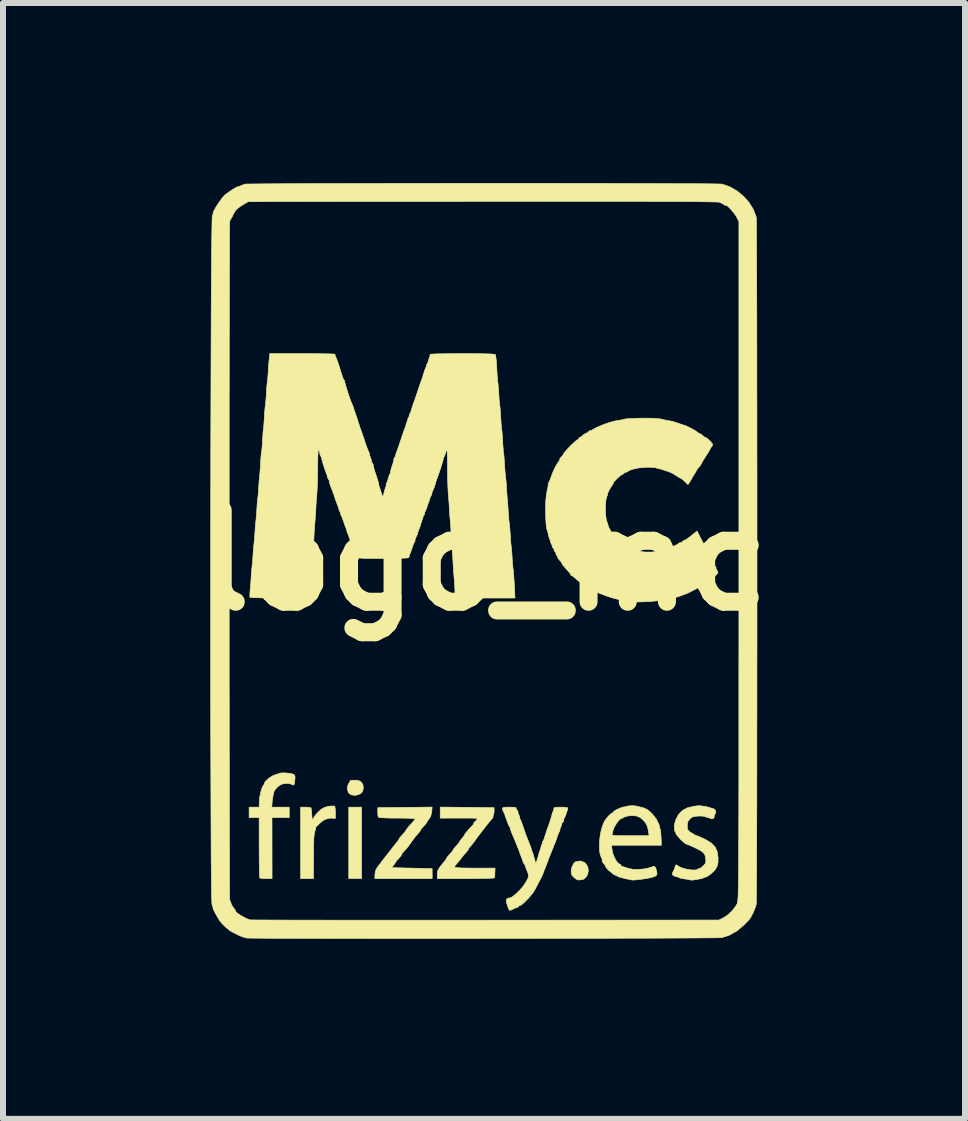
<source format=kicad_pcb>
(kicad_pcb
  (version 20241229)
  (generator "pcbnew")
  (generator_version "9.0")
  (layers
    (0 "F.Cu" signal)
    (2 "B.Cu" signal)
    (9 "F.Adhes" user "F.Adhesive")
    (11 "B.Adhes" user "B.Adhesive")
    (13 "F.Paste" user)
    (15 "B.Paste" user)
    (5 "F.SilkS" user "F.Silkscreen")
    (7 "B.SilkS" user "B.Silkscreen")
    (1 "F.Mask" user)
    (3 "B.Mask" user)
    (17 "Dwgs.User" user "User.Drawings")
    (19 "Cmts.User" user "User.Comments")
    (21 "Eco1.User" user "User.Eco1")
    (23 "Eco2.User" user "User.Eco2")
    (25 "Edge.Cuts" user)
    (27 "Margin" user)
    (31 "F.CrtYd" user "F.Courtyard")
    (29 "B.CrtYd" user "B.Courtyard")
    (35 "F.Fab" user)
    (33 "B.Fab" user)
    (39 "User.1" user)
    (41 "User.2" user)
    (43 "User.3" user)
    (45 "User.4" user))
  (footprint "logo_mc"
    (layer "F.Cu")
    (at 5.015 6.287)
    (property "Reference" "logo_mc" (at 0 0 0) (layer "F.SilkS") (effects (font (size 1.524 1.524) (thickness 0.3))))
    (attr through_hole)
    (fp_poly (pts (xy -2.04 5.302) (xy -2.254 5.302) (xy -2.254 4.112) (xy -2.04 4.112) (xy -2.04 5.302)) (stroke (width 0.01) (type solid)) (fill yes) (layer "F.SilkS"))
    (fp_poly (pts (xy -2.129 3.663) (xy -2.076 3.675) (xy -2.043 3.696) (xy -2.017 3.742) (xy -2.011 3.799) (xy -2.026 3.852) (xy -2.042 3.875) (xy -2.091 3.904) (xy -2.152 3.915) (xy -2.21 3.907) (xy -2.223 3.901) (xy -2.252 3.88) (xy -2.264 3.861) (xy -2.268 3.84) (xy -2.27 3.838) (xy -2.278 3.81) (xy -2.274 3.769) (xy -2.262 3.731) (xy -2.253 3.717) (xy -2.235 3.691) (xy -2.234 3.677) (xy -2.231 3.669) (xy -2.199 3.664) (xy -2.138 3.663) (xy -2.129 3.663)) (stroke (width 0.01) (type solid)) (fill yes) (layer "F.SilkS"))
    (fp_poly (pts (xy 1.623 5.013) (xy 1.628 5.018) (xy 1.646 5.027) (xy 1.65 5.025) (xy 1.668 5.03) (xy 1.695 5.053) (xy 1.699 5.057) (xy 1.729 5.11) (xy 1.738 5.174) (xy 1.725 5.237) (xy 1.699 5.278) (xy 1.672 5.304) (xy 1.654 5.315) (xy 1.653 5.316) (xy 1.635 5.317) (xy 1.589 5.326) (xy 1.556 5.322) (xy 1.528 5.306) (xy 1.494 5.279) (xy 1.491 5.276) (xy 1.464 5.245) (xy 1.453 5.209) (xy 1.453 5.165) (xy 1.463 5.116) (xy 1.484 5.069) (xy 1.509 5.033) (xy 1.535 5.019) (xy 1.538 5.019) (xy 1.556 5.017) (xy 1.594 5.009) (xy 1.623 5.013)) (stroke (width 0.01) (type solid)) (fill yes) (layer "F.SilkS"))
    (fp_poly (pts (xy -2.496 4.094) (xy -2.484 4.109) (xy -2.478 4.152) (xy -2.477 4.198) (xy -2.477 4.3) (xy -2.528 4.295) (xy -2.569 4.295) (xy -2.595 4.3) (xy -2.596 4.3) (xy -2.624 4.31) (xy -2.643 4.314) (xy -2.667 4.326) (xy -2.703 4.352) (xy -2.743 4.386) (xy -2.778 4.42) (xy -2.802 4.448) (xy -2.806 4.459) (xy -2.809 4.48) (xy -2.818 4.516) (xy -2.818 4.516) (xy -2.824 4.541) (xy -2.829 4.566) (xy -2.833 4.596) (xy -2.836 4.635) (xy -2.837 4.688) (xy -2.839 4.76) (xy -2.839 4.854) (xy -2.84 4.973) (xy -2.842 5.302) (xy -2.949 5.302) (xy -3.056 5.302) (xy -3.057 4.112) (xy -2.974 4.112) (xy -2.926 4.114) (xy -2.892 4.12) (xy -2.883 4.125) (xy -2.878 4.146) (xy -2.873 4.19) (xy -2.87 4.234) (xy -2.866 4.284) (xy -2.86 4.316) (xy -2.854 4.324) (xy -2.842 4.303) (xy -2.841 4.297) (xy -2.83 4.273) (xy -2.8 4.234) (xy -2.756 4.187) (xy -2.714 4.148) (xy -2.659 4.116) (xy -2.586 4.097) (xy -2.509 4.092) (xy -2.496 4.094)) (stroke (width 0.01) (type solid)) (fill yes) (layer "F.SilkS"))
    (fp_poly (pts (xy -3.28 3.544) (xy -3.225 3.551) (xy -3.184 3.561) (xy -3.18 3.563) (xy -3.159 3.577) (xy -3.15 3.598) (xy -3.15 3.637) (xy -3.152 3.658) (xy -3.159 3.712) (xy -3.167 3.739) (xy -3.178 3.745) (xy -3.194 3.736) (xy -3.235 3.721) (xy -3.293 3.717) (xy -3.354 3.725) (xy -3.373 3.731) (xy -3.411 3.751) (xy -3.451 3.786) (xy -3.485 3.824) (xy -3.501 3.856) (xy -3.501 3.858) (xy -3.505 3.877) (xy -3.514 3.914) (xy -3.515 3.919) (xy -3.524 3.97) (xy -3.531 4.03) (xy -3.532 4.042) (xy -3.536 4.112) (xy -3.246 4.112) (xy -3.246 4.286) (xy -3.533 4.286) (xy -3.532 5.302) (xy -3.629 5.302) (xy -3.681 5.301) (xy -3.721 5.296) (xy -3.736 5.292) (xy -3.739 5.274) (xy -3.741 5.228) (xy -3.743 5.158) (xy -3.745 5.069) (xy -3.746 4.963) (xy -3.746 4.845) (xy -3.747 4.784) (xy -3.747 4.286) (xy -3.914 4.286) (xy -3.914 4.112) (xy -3.747 4.112) (xy -3.745 4.044) (xy -3.743 3.996) (xy -3.74 3.959) (xy -3.739 3.953) (xy -3.732 3.92) (xy -3.725 3.885) (xy -3.708 3.814) (xy -3.687 3.765) (xy -3.671 3.743) (xy -3.657 3.721) (xy -3.66 3.715) (xy -3.658 3.705) (xy -3.639 3.68) (xy -3.626 3.666) (xy -3.575 3.623) (xy -3.517 3.587) (xy -3.463 3.567) (xy -3.458 3.566) (xy -3.425 3.555) (xy -3.417 3.55) (xy -3.387 3.543) (xy -3.338 3.541) (xy -3.28 3.544)) (stroke (width 0.01) (type solid)) (fill yes) (layer "F.SilkS"))
    (fp_poly (pts (xy -0.871 4.187) (xy -0.889 4.266) (xy -0.915 4.307) (xy -0.94 4.339) (xy -0.952 4.361) (xy -0.953 4.363) (xy -0.963 4.38) (xy -0.989 4.411) (xy -1.009 4.433) (xy -1.039 4.466) (xy -1.055 4.488) (xy -1.056 4.493) (xy -1.06 4.503) (xy -1.08 4.529) (xy -1.094 4.544) (xy -1.153 4.615) (xy -1.222 4.708) (xy -1.248 4.747) (xy -1.276 4.782) (xy -1.314 4.826) (xy -1.332 4.846) (xy -1.361 4.879) (xy -1.376 4.901) (xy -1.375 4.905) (xy -1.378 4.916) (xy -1.399 4.942) (xy -1.42 4.965) (xy -1.452 5) (xy -1.472 5.026) (xy -1.476 5.034) (xy -1.486 5.051) (xy -1.508 5.08) (xy -1.509 5.082) (xy -1.543 5.12) (xy -1.204 5.128) (xy -0.865 5.136) (xy -0.864 5.219) (xy -0.864 5.302) (xy -1.819 5.302) (xy -1.818 5.233) (xy -1.805 5.162) (xy -1.778 5.115) (xy -1.743 5.07) (xy -1.704 5.018) (xy -1.691 5.001) (xy -1.656 4.955) (xy -1.624 4.914) (xy -1.614 4.902) (xy -1.583 4.863) (xy -1.55 4.821) (xy -1.519 4.78) (xy -1.48 4.732) (xy -1.464 4.712) (xy -1.435 4.674) (xy -1.416 4.646) (xy -1.413 4.638) (xy -1.403 4.621) (xy -1.377 4.591) (xy -1.36 4.572) (xy -1.328 4.536) (xy -1.307 4.508) (xy -1.303 4.501) (xy -1.291 4.482) (xy -1.264 4.447) (xy -1.226 4.405) (xy -1.225 4.404) (xy -1.188 4.362) (xy -1.16 4.327) (xy -1.148 4.309) (xy -1.148 4.308) (xy -1.162 4.303) (xy -1.205 4.299) (xy -1.273 4.296) (xy -1.362 4.295) (xy -1.447 4.294) (xy -1.559 4.294) (xy -1.649 4.291) (xy -1.714 4.287) (xy -1.752 4.282) (xy -1.76 4.279) (xy -1.767 4.254) (xy -1.771 4.211) (xy -1.771 4.191) (xy -1.77 4.12) (xy -0.865 4.111) (xy -0.871 4.187)) (stroke (width 0.01) (type solid)) (fill yes) (layer "F.SilkS"))
    (fp_poly (pts (xy -0.282 4.115) (xy 0.167 4.12) (xy 0.168 4.175) (xy 0.164 4.218) (xy 0.155 4.249) (xy 0.154 4.251) (xy 0.147 4.268) (xy 0.152 4.27) (xy 0.151 4.28) (xy 0.133 4.306) (xy 0.125 4.314) (xy 0.09 4.355) (xy 0.05 4.404) (xy 0.039 4.418) (xy -0.001 4.47) (xy -0.045 4.526) (xy -0.059 4.545) (xy -0.099 4.597) (xy -0.137 4.649) (xy -0.149 4.667) (xy -0.186 4.716) (xy -0.224 4.761) (xy -0.229 4.766) (xy -0.253 4.794) (xy -0.261 4.809) (xy -0.259 4.81) (xy -0.262 4.82) (xy -0.282 4.846) (xy -0.295 4.862) (xy -0.338 4.91) (xy -0.379 4.962) (xy -0.384 4.969) (xy -0.419 5.013) (xy -0.453 5.053) (xy -0.459 5.059) (xy -0.483 5.089) (xy -0.492 5.111) (xy -0.476 5.117) (xy -0.429 5.122) (xy -0.351 5.126) (xy -0.241 5.127) (xy -0.154 5.128) (xy 0.184 5.128) (xy 0.181 5.203) (xy 0.179 5.25) (xy 0.177 5.283) (xy 0.176 5.29) (xy 0.161 5.293) (xy 0.117 5.296) (xy 0.05 5.298) (xy -0.038 5.3) (xy -0.142 5.302) (xy -0.257 5.302) (xy -0.302 5.302) (xy -0.778 5.302) (xy -0.778 5.234) (xy -0.777 5.201) (xy -0.771 5.172) (xy -0.757 5.143) (xy -0.731 5.105) (xy -0.689 5.052) (xy -0.671 5.03) (xy -0.641 4.992) (xy -0.623 4.964) (xy -0.619 4.955) (xy -0.609 4.939) (xy -0.583 4.908) (xy -0.562 4.886) (xy -0.533 4.852) (xy -0.517 4.831) (xy -0.516 4.826) (xy -0.512 4.816) (xy -0.491 4.79) (xy -0.469 4.766) (xy -0.437 4.731) (xy -0.417 4.704) (xy -0.413 4.696) (xy -0.403 4.678) (xy -0.379 4.646) (xy -0.363 4.628) (xy -0.337 4.596) (xy -0.324 4.575) (xy -0.324 4.572) (xy -0.32 4.561) (xy -0.298 4.533) (xy -0.263 4.493) (xy -0.219 4.445) (xy -0.194 4.419) (xy -0.173 4.394) (xy -0.169 4.382) (xy -0.17 4.381) (xy -0.172 4.374) (xy -0.167 4.369) (xy -0.145 4.349) (xy -0.124 4.326) (xy -0.115 4.315) (xy -0.114 4.307) (xy -0.122 4.301) (xy -0.144 4.297) (xy -0.185 4.295) (xy -0.246 4.294) (xy -0.333 4.294) (xy -0.414 4.294) (xy -0.73 4.295) (xy -0.73 4.111) (xy -0.282 4.115)) (stroke (width 0.01) (type solid)) (fill yes) (layer "F.SilkS"))
    (fp_poly (pts (xy 3.588 4.088) (xy 3.651 4.095) (xy 3.712 4.106) (xy 3.762 4.119) (xy 3.79 4.131) (xy 3.807 4.139) (xy 3.81 4.135) (xy 3.82 4.135) (xy 3.841 4.151) (xy 3.861 4.174) (xy 3.861 4.197) (xy 3.85 4.223) (xy 3.836 4.255) (xy 3.835 4.274) (xy 3.835 4.274) (xy 3.831 4.289) (xy 3.821 4.299) (xy 3.795 4.308) (xy 3.758 4.294) (xy 3.728 4.282) (xy 3.715 4.281) (xy 3.715 4.281) (xy 3.705 4.281) (xy 3.695 4.274) (xy 3.669 4.265) (xy 3.623 4.26) (xy 3.577 4.26) (xy 3.518 4.264) (xy 3.479 4.273) (xy 3.447 4.293) (xy 3.432 4.307) (xy 3.401 4.344) (xy 3.388 4.384) (xy 3.386 4.423) (xy 3.388 4.468) (xy 3.4 4.497) (xy 3.429 4.523) (xy 3.451 4.537) (xy 3.491 4.562) (xy 3.518 4.578) (xy 3.524 4.582) (xy 3.544 4.588) (xy 3.566 4.595) (xy 3.597 4.608) (xy 3.646 4.63) (xy 3.701 4.657) (xy 3.79 4.712) (xy 3.85 4.776) (xy 3.886 4.855) (xy 3.9 4.953) (xy 3.9 4.957) (xy 3.898 5.038) (xy 3.882 5.101) (xy 3.849 5.156) (xy 3.799 5.209) (xy 3.721 5.266) (xy 3.624 5.302) (xy 3.567 5.313) (xy 3.519 5.32) (xy 3.482 5.326) (xy 3.452 5.328) (xy 3.442 5.327) (xy 3.425 5.321) (xy 3.387 5.314) (xy 3.373 5.312) (xy 3.313 5.303) (xy 3.276 5.296) (xy 3.256 5.29) (xy 3.245 5.283) (xy 3.244 5.282) (xy 3.22 5.272) (xy 3.207 5.271) (xy 3.173 5.261) (xy 3.154 5.251) (xy 3.137 5.233) (xy 3.139 5.212) (xy 3.151 5.187) (xy 3.167 5.155) (xy 3.175 5.139) (xy 3.175 5.139) (xy 3.179 5.123) (xy 3.185 5.099) (xy 3.195 5.074) (xy 3.211 5.077) (xy 3.221 5.085) (xy 3.261 5.109) (xy 3.318 5.13) (xy 3.383 5.147) (xy 3.448 5.157) (xy 3.506 5.16) (xy 3.548 5.154) (xy 3.564 5.143) (xy 3.582 5.133) (xy 3.586 5.135) (xy 3.604 5.129) (xy 3.634 5.107) (xy 3.65 5.092) (xy 3.683 5.056) (xy 3.696 5.025) (xy 3.695 4.982) (xy 3.694 4.973) (xy 3.688 4.931) (xy 3.675 4.898) (xy 3.652 4.869) (xy 3.615 4.84) (xy 3.559 4.809) (xy 3.48 4.772) (xy 3.421 4.746) (xy 3.385 4.731) (xy 3.362 4.724) (xy 3.362 4.724) (xy 3.346 4.713) (xy 3.314 4.686) (xy 3.273 4.648) (xy 3.272 4.646) (xy 3.209 4.573) (xy 3.175 4.501) (xy 3.169 4.424) (xy 3.19 4.336) (xy 3.193 4.327) (xy 3.24 4.236) (xy 3.306 4.167) (xy 3.386 4.124) (xy 3.405 4.119) (xy 3.5 4.097) (xy 3.567 4.088) (xy 3.588 4.088)) (stroke (width 0.01) (type solid)) (fill yes) (layer "F.SilkS"))
    (fp_poly (pts (xy 2.495 4.089) (xy 2.531 4.092) (xy 2.544 4.095) (xy 2.561 4.1) (xy 2.588 4.106) (xy 2.663 4.125) (xy 2.721 4.153) (xy 2.773 4.195) (xy 2.803 4.225) (xy 2.871 4.311) (xy 2.916 4.404) (xy 2.942 4.511) (xy 2.951 4.624) (xy 2.955 4.747) (xy 2.124 4.747) (xy 2.133 4.82) (xy 2.147 4.885) (xy 2.172 4.949) (xy 2.202 5.005) (xy 2.235 5.046) (xy 2.266 5.064) (xy 2.27 5.064) (xy 2.281 5.073) (xy 2.279 5.078) (xy 2.285 5.093) (xy 2.302 5.101) (xy 2.332 5.108) (xy 2.342 5.111) (xy 2.36 5.117) (xy 2.397 5.129) (xy 2.409 5.133) (xy 2.483 5.148) (xy 2.574 5.15) (xy 2.67 5.141) (xy 2.76 5.121) (xy 2.786 5.112) (xy 2.821 5.1) (xy 2.844 5.102) (xy 2.859 5.121) (xy 2.872 5.162) (xy 2.883 5.218) (xy 2.877 5.242) (xy 2.85 5.264) (xy 2.798 5.282) (xy 2.721 5.299) (xy 2.615 5.314) (xy 2.505 5.326) (xy 2.471 5.327) (xy 2.456 5.324) (xy 2.439 5.319) (xy 2.401 5.312) (xy 2.388 5.31) (xy 2.265 5.281) (xy 2.164 5.235) (xy 2.079 5.167) (xy 2.072 5.161) (xy 2.041 5.126) (xy 2.023 5.102) (xy 2.021 5.096) (xy 2.021 5.086) (xy 2.002 5.062) (xy 2.001 5.061) (xy 1.977 5.03) (xy 1.968 5.006) (xy 1.968 4.981) (xy 1.962 4.961) (xy 1.946 4.929) (xy 1.93 4.876) (xy 1.923 4.801) (xy 1.923 4.712) (xy 1.931 4.618) (xy 1.939 4.568) (xy 2.133 4.568) (xy 2.137 4.576) (xy 2.152 4.581) (xy 2.18 4.585) (xy 2.227 4.587) (xy 2.296 4.588) (xy 2.391 4.588) (xy 2.438 4.588) (xy 2.751 4.588) (xy 2.741 4.528) (xy 2.731 4.471) (xy 2.721 4.433) (xy 2.707 4.401) (xy 2.69 4.371) (xy 2.65 4.324) (xy 2.597 4.283) (xy 2.543 4.259) (xy 2.54 4.259) (xy 2.475 4.253) (xy 2.408 4.257) (xy 2.352 4.27) (xy 2.339 4.277) (xy 2.299 4.297) (xy 2.27 4.311) (xy 2.247 4.331) (xy 2.216 4.37) (xy 2.186 4.417) (xy 2.161 4.463) (xy 2.151 4.493) (xy 2.141 4.537) (xy 2.135 4.557) (xy 2.133 4.568) (xy 1.939 4.568) (xy 1.946 4.526) (xy 1.967 4.445) (xy 1.979 4.413) (xy 1.989 4.388) (xy 1.991 4.381) (xy 2.006 4.349) (xy 2.035 4.307) (xy 2.07 4.264) (xy 2.106 4.229) (xy 2.133 4.209) (xy 2.141 4.207) (xy 2.156 4.202) (xy 2.154 4.197) (xy 2.16 4.184) (xy 2.187 4.166) (xy 2.228 4.145) (xy 2.273 4.125) (xy 2.314 4.112) (xy 2.33 4.109) (xy 2.368 4.103) (xy 2.389 4.095) (xy 2.411 4.091) (xy 2.451 4.089) (xy 2.495 4.089)) (stroke (width 0.01) (type solid)) (fill yes) (layer "F.SilkS"))
    (fp_poly (pts (xy 1.334 4.113) (xy 1.377 4.118) (xy 1.396 4.125) (xy 1.397 4.126) (xy 1.392 4.151) (xy 1.38 4.186) (xy 1.368 4.219) (xy 1.364 4.235) (xy 1.364 4.235) (xy 1.359 4.25) (xy 1.344 4.282) (xy 1.341 4.286) (xy 1.328 4.318) (xy 1.327 4.334) (xy 1.328 4.334) (xy 1.327 4.344) (xy 1.31 4.366) (xy 1.292 4.389) (xy 1.292 4.397) (xy 1.293 4.41) (xy 1.281 4.439) (xy 1.278 4.445) (xy 1.264 4.477) (xy 1.263 4.492) (xy 1.264 4.493) (xy 1.265 4.502) (xy 1.258 4.512) (xy 1.245 4.538) (xy 1.227 4.582) (xy 1.214 4.62) (xy 1.198 4.67) (xy 1.183 4.708) (xy 1.177 4.723) (xy 1.166 4.744) (xy 1.166 4.747) (xy 1.159 4.766) (xy 1.145 4.803) (xy 1.127 4.847) (xy 1.116 4.874) (xy 1.106 4.899) (xy 1.103 4.905) (xy 1.096 4.924) (xy 1.082 4.958) (xy 1.069 4.991) (xy 1.064 5.009) (xy 1.064 5.009) (xy 1.058 5.026) (xy 1.045 5.059) (xy 1.045 5.059) (xy 1.031 5.093) (xy 1.024 5.112) (xy 1.017 5.131) (xy 1.003 5.165) (xy 1.002 5.167) (xy 0.989 5.2) (xy 0.984 5.215) (xy 0.984 5.215) (xy 0.98 5.228) (xy 0.964 5.262) (xy 0.94 5.31) (xy 0.911 5.366) (xy 0.881 5.424) (xy 0.854 5.475) (xy 0.832 5.514) (xy 0.822 5.529) (xy 0.789 5.572) (xy 0.747 5.621) (xy 0.702 5.668) (xy 0.66 5.709) (xy 0.627 5.737) (xy 0.61 5.747) (xy 0.585 5.758) (xy 0.571 5.771) (xy 0.552 5.788) (xy 0.544 5.788) (xy 0.527 5.79) (xy 0.494 5.805) (xy 0.483 5.811) (xy 0.445 5.829) (xy 0.423 5.828) (xy 0.418 5.822) (xy 0.405 5.796) (xy 0.403 5.79) (xy 0.397 5.771) (xy 0.39 5.749) (xy 0.389 5.747) (xy 0.382 5.728) (xy 0.382 5.727) (xy 0.377 5.71) (xy 0.371 5.681) (xy 0.377 5.644) (xy 0.407 5.626) (xy 0.429 5.625) (xy 0.456 5.615) (xy 0.497 5.586) (xy 0.545 5.544) (xy 0.595 5.496) (xy 0.639 5.446) (xy 0.663 5.413) (xy 0.707 5.346) (xy 0.732 5.295) (xy 0.741 5.255) (xy 0.735 5.217) (xy 0.722 5.186) (xy 0.704 5.143) (xy 0.693 5.111) (xy 0.693 5.107) (xy 0.68 5.074) (xy 0.671 5.062) (xy 0.654 5.035) (xy 0.65 5.024) (xy 0.642 4.995) (xy 0.626 4.952) (xy 0.609 4.909) (xy 0.608 4.905) (xy 0.598 4.88) (xy 0.596 4.874) (xy 0.588 4.851) (xy 0.572 4.807) (xy 0.55 4.753) (xy 0.528 4.697) (xy 0.507 4.648) (xy 0.498 4.628) (xy 0.481 4.587) (xy 0.47 4.56) (xy 0.468 4.556) (xy 0.46 4.536) (xy 0.454 4.522) (xy 0.442 4.487) (xy 0.439 4.474) (xy 0.428 4.442) (xy 0.42 4.429) (xy 0.407 4.405) (xy 0.404 4.397) (xy 0.397 4.379) (xy 0.384 4.344) (xy 0.383 4.342) (xy 0.361 4.284) (xy 0.35 4.252) (xy 0.349 4.242) (xy 0.343 4.227) (xy 0.328 4.195) (xy 0.326 4.192) (xy 0.308 4.154) (xy 0.306 4.13) (xy 0.324 4.117) (xy 0.365 4.112) (xy 0.423 4.112) (xy 0.479 4.113) (xy 0.519 4.116) (xy 0.535 4.121) (xy 0.534 4.122) (xy 0.536 4.14) (xy 0.55 4.162) (xy 0.566 4.184) (xy 0.566 4.191) (xy 0.565 4.203) (xy 0.577 4.233) (xy 0.579 4.239) (xy 0.593 4.27) (xy 0.595 4.286) (xy 0.594 4.286) (xy 0.593 4.296) (xy 0.599 4.306) (xy 0.611 4.329) (xy 0.629 4.375) (xy 0.65 4.434) (xy 0.659 4.461) (xy 0.68 4.523) (xy 0.697 4.574) (xy 0.71 4.606) (xy 0.712 4.612) (xy 0.723 4.633) (xy 0.723 4.636) (xy 0.73 4.655) (xy 0.745 4.694) (xy 0.765 4.743) (xy 0.773 4.763) (xy 0.784 4.797) (xy 0.787 4.807) (xy 0.797 4.84) (xy 0.803 4.855) (xy 0.814 4.882) (xy 0.817 4.889) (xy 0.822 4.908) (xy 0.832 4.947) (xy 0.841 4.976) (xy 0.863 5.054) (xy 0.884 4.992) (xy 0.9 4.943) (xy 0.911 4.901) (xy 0.912 4.895) (xy 0.921 4.859) (xy 0.929 4.842) (xy 0.939 4.815) (xy 0.947 4.783) (xy 0.958 4.743) (xy 0.971 4.719) (xy 0.98 4.702) (xy 0.976 4.699) (xy 0.974 4.689) (xy 0.982 4.678) (xy 1 4.644) (xy 1.005 4.626) (xy 1.017 4.586) (xy 1.023 4.569) (xy 1.035 4.534) (xy 1.039 4.522) (xy 1.049 4.488) (xy 1.053 4.477) (xy 1.067 4.442) (xy 1.084 4.394) (xy 1.102 4.339) (xy 1.118 4.288) (xy 1.13 4.247) (xy 1.135 4.224) (xy 1.135 4.223) (xy 1.137 4.211) (xy 1.151 4.181) (xy 1.151 4.18) (xy 1.164 4.146) (xy 1.165 4.125) (xy 1.176 4.118) (xy 1.211 4.114) (xy 1.264 4.112) (xy 1.277 4.112) (xy 1.334 4.113)) (stroke (width 0.01) (type solid)) (fill yes) (layer "F.SilkS"))
    (fp_poly (pts (xy 2.864 -2.365) (xy 2.939 -2.357) (xy 2.977 -2.349) (xy 3.013 -2.339) (xy 3.062 -2.33) (xy 3.072 -2.329) (xy 3.124 -2.319) (xy 3.17 -2.307) (xy 3.175 -2.305) (xy 3.207 -2.293) (xy 3.223 -2.289) (xy 3.242 -2.283) (xy 3.275 -2.271) (xy 3.31 -2.259) (xy 3.329 -2.254) (xy 3.352 -2.247) (xy 3.394 -2.228) (xy 3.444 -2.203) (xy 3.494 -2.176) (xy 3.534 -2.152) (xy 3.556 -2.135) (xy 3.556 -2.135) (xy 3.582 -2.115) (xy 3.595 -2.111) (xy 3.62 -2.101) (xy 3.643 -2.08) (xy 3.671 -2.056) (xy 3.69 -2.048) (xy 3.712 -2.037) (xy 3.744 -2.01) (xy 3.777 -1.976) (xy 3.802 -1.945) (xy 3.81 -1.927) (xy 3.8 -1.903) (xy 3.79 -1.892) (xy 3.773 -1.869) (xy 3.77 -1.861) (xy 3.761 -1.842) (xy 3.741 -1.806) (xy 3.722 -1.778) (xy 3.681 -1.714) (xy 3.653 -1.669) (xy 3.634 -1.636) (xy 3.622 -1.611) (xy 3.599 -1.575) (xy 3.576 -1.548) (xy 3.552 -1.519) (xy 3.541 -1.5) (xy 3.53 -1.478) (xy 3.507 -1.441) (xy 3.495 -1.421) (xy 3.471 -1.382) (xy 3.456 -1.355) (xy 3.453 -1.349) (xy 3.445 -1.332) (xy 3.425 -1.302) (xy 3.398 -1.263) (xy 3.345 -1.314) (xy 3.312 -1.345) (xy 3.288 -1.363) (xy 3.282 -1.365) (xy 3.264 -1.373) (xy 3.23 -1.394) (xy 3.211 -1.407) (xy 3.137 -1.452) (xy 3.071 -1.48) (xy 3.051 -1.486) (xy 3.018 -1.496) (xy 3.003 -1.501) (xy 2.967 -1.515) (xy 2.927 -1.525) (xy 2.913 -1.527) (xy 2.879 -1.536) (xy 2.865 -1.542) (xy 2.843 -1.547) (xy 2.797 -1.55) (xy 2.739 -1.552) (xy 2.731 -1.552) (xy 2.648 -1.548) (xy 2.565 -1.538) (xy 2.489 -1.521) (xy 2.428 -1.502) (xy 2.396 -1.483) (xy 2.372 -1.468) (xy 2.362 -1.469) (xy 2.347 -1.465) (xy 2.334 -1.453) (xy 2.31 -1.433) (xy 2.298 -1.429) (xy 2.279 -1.418) (xy 2.246 -1.391) (xy 2.21 -1.357) (xy 2.176 -1.321) (xy 2.155 -1.295) (xy 2.151 -1.286) (xy 2.152 -1.276) (xy 2.139 -1.258) (xy 2.12 -1.231) (xy 2.097 -1.192) (xy 2.075 -1.151) (xy 2.06 -1.116) (xy 2.055 -1.097) (xy 2.056 -1.095) (xy 2.056 -1.084) (xy 2.045 -1.06) (xy 2.034 -1.023) (xy 2.027 -0.963) (xy 2.023 -0.89) (xy 2.023 -0.813) (xy 2.028 -0.741) (xy 2.036 -0.684) (xy 2.041 -0.663) (xy 2.055 -0.622) (xy 2.064 -0.595) (xy 2.065 -0.591) (xy 2.08 -0.546) (xy 2.111 -0.489) (xy 2.15 -0.43) (xy 2.188 -0.384) (xy 2.22 -0.348) (xy 2.239 -0.324) (xy 2.242 -0.318) (xy 2.243 -0.311) (xy 2.265 -0.293) (xy 2.301 -0.268) (xy 2.344 -0.242) (xy 2.386 -0.218) (xy 2.421 -0.201) (xy 2.429 -0.198) (xy 2.448 -0.191) (xy 2.482 -0.177) (xy 2.484 -0.176) (xy 2.573 -0.151) (xy 2.682 -0.139) (xy 2.798 -0.139) (xy 2.914 -0.152) (xy 3.017 -0.177) (xy 3.056 -0.191) (xy 3.137 -0.226) (xy 3.193 -0.252) (xy 3.227 -0.27) (xy 3.244 -0.283) (xy 3.247 -0.286) (xy 3.264 -0.296) (xy 3.27 -0.294) (xy 3.289 -0.298) (xy 3.302 -0.31) (xy 3.326 -0.33) (xy 3.337 -0.333) (xy 3.358 -0.341) (xy 3.396 -0.367) (xy 3.453 -0.411) (xy 3.498 -0.447) (xy 3.549 -0.489) (xy 3.611 -0.368) (xy 3.642 -0.308) (xy 3.671 -0.257) (xy 3.692 -0.224) (xy 3.696 -0.218) (xy 3.709 -0.197) (xy 3.707 -0.191) (xy 3.706 -0.181) (xy 3.723 -0.159) (xy 3.739 -0.136) (xy 3.739 -0.127) (xy 3.738 -0.117) (xy 3.754 -0.095) (xy 3.771 -0.072) (xy 3.77 -0.064) (xy 3.77 -0.054) (xy 3.786 -0.032) (xy 3.803 -0.009) (xy 3.802 0) (xy 3.802 0.01) (xy 3.818 0.032) (xy 3.835 0.055) (xy 3.834 0.064) (xy 3.833 0.073) (xy 3.85 0.095) (xy 3.866 0.118) (xy 3.866 0.127) (xy 3.864 0.137) (xy 3.876 0.155) (xy 3.894 0.186) (xy 3.898 0.205) (xy 3.886 0.224) (xy 3.855 0.256) (xy 3.814 0.293) (xy 3.768 0.33) (xy 3.727 0.36) (xy 3.696 0.378) (xy 3.689 0.38) (xy 3.665 0.392) (xy 3.651 0.405) (xy 3.631 0.419) (xy 3.59 0.444) (xy 3.536 0.473) (xy 3.477 0.504) (xy 3.421 0.533) (xy 3.374 0.554) (xy 3.346 0.565) (xy 3.346 0.565) (xy 3.326 0.572) (xy 3.306 0.579) (xy 3.282 0.588) (xy 3.268 0.594) (xy 3.228 0.608) (xy 3.212 0.611) (xy 3.188 0.617) (xy 3.183 0.619) (xy 3.173 0.623) (xy 3.141 0.631) (xy 3.088 0.641) (xy 3.041 0.65) (xy 3.007 0.657) (xy 2.951 0.666) (xy 2.881 0.674) (xy 2.8 0.682) (xy 2.718 0.687) (xy 2.639 0.691) (xy 2.57 0.693) (xy 2.518 0.692) (xy 2.489 0.688) (xy 2.486 0.687) (xy 2.469 0.682) (xy 2.43 0.677) (xy 2.403 0.674) (xy 2.339 0.666) (xy 2.281 0.657) (xy 2.211 0.644) (xy 2.208 0.643) (xy 2.149 0.628) (xy 2.072 0.604) (xy 1.989 0.574) (xy 1.911 0.544) (xy 1.849 0.516) (xy 1.836 0.51) (xy 1.757 0.467) (xy 1.702 0.437) (xy 1.668 0.417) (xy 1.65 0.404) (xy 1.644 0.396) (xy 1.646 0.391) (xy 1.643 0.382) (xy 1.634 0.381) (xy 1.611 0.371) (xy 1.574 0.344) (xy 1.544 0.318) (xy 1.504 0.283) (xy 1.472 0.26) (xy 1.458 0.254) (xy 1.446 0.248) (xy 1.448 0.245) (xy 1.443 0.23) (xy 1.419 0.199) (xy 1.383 0.158) (xy 1.378 0.152) (xy 1.339 0.109) (xy 1.312 0.075) (xy 1.301 0.057) (xy 1.301 0.056) (xy 1.294 0.038) (xy 1.27 0.009) (xy 1.261 -0.001) (xy 1.236 -0.03) (xy 1.228 -0.046) (xy 1.23 -0.048) (xy 1.231 -0.057) (xy 1.214 -0.079) (xy 1.198 -0.102) (xy 1.199 -0.111) (xy 1.199 -0.121) (xy 1.183 -0.143) (xy 1.166 -0.166) (xy 1.167 -0.175) (xy 1.167 -0.184) (xy 1.151 -0.206) (xy 1.134 -0.229) (xy 1.135 -0.238) (xy 1.137 -0.248) (xy 1.129 -0.259) (xy 1.112 -0.293) (xy 1.107 -0.311) (xy 1.098 -0.345) (xy 1.092 -0.359) (xy 1.082 -0.385) (xy 1.072 -0.426) (xy 1.072 -0.429) (xy 1.063 -0.469) (xy 1.055 -0.494) (xy 1.054 -0.495) (xy 1.045 -0.524) (xy 1.037 -0.579) (xy 1.031 -0.654) (xy 1.027 -0.741) (xy 1.025 -0.833) (xy 1.027 -0.969) (xy 1.038 -1.085) (xy 1.057 -1.191) (xy 1.062 -1.21) (xy 1.069 -1.248) (xy 1.069 -1.269) (xy 1.068 -1.27) (xy 1.069 -1.28) (xy 1.075 -1.29) (xy 1.089 -1.315) (xy 1.107 -1.36) (xy 1.12 -1.397) (xy 1.149 -1.474) (xy 1.185 -1.551) (xy 1.223 -1.618) (xy 1.251 -1.655) (xy 1.264 -1.676) (xy 1.262 -1.683) (xy 1.263 -1.693) (xy 1.282 -1.718) (xy 1.294 -1.73) (xy 1.319 -1.759) (xy 1.328 -1.776) (xy 1.327 -1.778) (xy 1.332 -1.788) (xy 1.355 -1.817) (xy 1.393 -1.858) (xy 1.43 -1.897) (xy 1.48 -1.946) (xy 1.524 -1.986) (xy 1.555 -2.01) (xy 1.568 -2.016) (xy 1.582 -2.025) (xy 1.58 -2.032) (xy 1.583 -2.046) (xy 1.592 -2.048) (xy 1.619 -2.059) (xy 1.643 -2.08) (xy 1.67 -2.103) (xy 1.688 -2.111) (xy 1.71 -2.121) (xy 1.742 -2.145) (xy 1.744 -2.147) (xy 1.766 -2.165) (xy 1.772 -2.163) (xy 1.77 -2.159) (xy 1.771 -2.152) (xy 1.79 -2.164) (xy 1.795 -2.169) (xy 1.827 -2.189) (xy 1.88 -2.216) (xy 1.945 -2.244) (xy 2.014 -2.272) (xy 2.078 -2.294) (xy 2.127 -2.308) (xy 2.131 -2.309) (xy 2.159 -2.315) (xy 2.167 -2.318) (xy 2.181 -2.322) (xy 2.214 -2.328) (xy 2.215 -2.328) (xy 2.281 -2.339) (xy 2.318 -2.347) (xy 2.326 -2.35) (xy 2.341 -2.354) (xy 2.381 -2.359) (xy 2.441 -2.363) (xy 2.514 -2.366) (xy 2.594 -2.369) (xy 2.619 -2.369) (xy 2.757 -2.369) (xy 2.864 -2.365)) (stroke (width 0.01) (type solid)) (fill yes) (layer "F.SilkS"))
    (fp_poly (pts (xy 0.542 -6.282) (xy 0.846 -6.282) (xy 1.145 -6.282) (xy 1.439 -6.281) (xy 1.724 -6.281) (xy 2 -6.281) (xy 2.265 -6.28) (xy 2.517 -6.279) (xy 2.754 -6.279) (xy 2.975 -6.278) (xy 3.179 -6.277) (xy 3.363 -6.277) (xy 3.525 -6.276) (xy 3.665 -6.275) (xy 3.781 -6.274) (xy 3.87 -6.272) (xy 3.932 -6.271) (xy 3.964 -6.27) (xy 3.968 -6.269) (xy 4.093 -6.226) (xy 4.212 -6.158) (xy 4.32 -6.07) (xy 4.413 -5.966) (xy 4.485 -5.852) (xy 4.531 -5.734) (xy 4.536 -5.715) (xy 4.537 -5.695) (xy 4.538 -5.644) (xy 4.539 -5.564) (xy 4.54 -5.457) (xy 4.54 -5.323) (xy 4.541 -5.165) (xy 4.542 -4.983) (xy 4.543 -4.779) (xy 4.543 -4.554) (xy 4.544 -4.31) (xy 4.545 -4.048) (xy 4.545 -3.769) (xy 4.546 -3.476) (xy 4.546 -3.168) (xy 4.546 -2.848) (xy 4.547 -2.517) (xy 4.547 -2.176) (xy 4.547 -1.827) (xy 4.548 -1.471) (xy 4.548 -1.109) (xy 4.548 -0.743) (xy 4.548 -0.374) (xy 4.548 -0.004) (xy 4.548 0.366) (xy 4.548 0.734) (xy 4.548 1.1) (xy 4.548 1.462) (xy 4.547 1.819) (xy 4.547 2.169) (xy 4.547 2.51) (xy 4.546 2.842) (xy 4.546 3.163) (xy 4.546 3.471) (xy 4.545 3.766) (xy 4.545 4.045) (xy 4.544 4.308) (xy 4.543 4.554) (xy 4.543 4.78) (xy 4.542 4.985) (xy 4.541 5.168) (xy 4.54 5.328) (xy 4.54 5.464) (xy 4.539 5.573) (xy 4.538 5.654) (xy 4.537 5.707) (xy 4.536 5.729) (xy 4.536 5.73) (xy 4.524 5.771) (xy 4.513 5.8) (xy 4.512 5.801) (xy 4.5 5.833) (xy 4.498 5.839) (xy 4.488 5.867) (xy 4.472 5.894) (xy 4.454 5.927) (xy 4.447 5.945) (xy 4.435 5.963) (xy 4.406 5.997) (xy 4.364 6.042) (xy 4.337 6.069) (xy 4.216 6.173) (xy 4.086 6.246) (xy 3.968 6.285) (xy 3.947 6.286) (xy 3.896 6.288) (xy 3.817 6.289) (xy 3.71 6.29) (xy 3.579 6.291) (xy 3.424 6.292) (xy 3.247 6.293) (xy 3.051 6.294) (xy 2.835 6.295) (xy 2.603 6.296) (xy 2.356 6.296) (xy 2.096 6.297) (xy 1.823 6.298) (xy 1.541 6.298) (xy 1.25 6.299) (xy 0.952 6.299) (xy 0.649 6.3) (xy 0.343 6.3) (xy 0.034 6.3) (xy -0.274 6.301) (xy -0.581 6.301) (xy -0.885 6.301) (xy -1.184 6.301) (xy -1.476 6.301) (xy -1.761 6.301) (xy -2.035 6.3) (xy -2.298 6.3) (xy -2.548 6.3) (xy -2.783 6.299) (xy -3.002 6.299) (xy -3.202 6.298) (xy -3.383 6.298) (xy -3.542 6.297) (xy -3.679 6.296) (xy -3.79 6.295) (xy -3.875 6.294) (xy -3.932 6.293) (xy -3.959 6.292) (xy -3.961 6.292) (xy -4 6.281) (xy -4.016 6.275) (xy -4.042 6.265) (xy -4.048 6.263) (xy -4.071 6.254) (xy -4.111 6.235) (xy -4.158 6.211) (xy -4.201 6.189) (xy -4.229 6.172) (xy -4.23 6.172) (xy -4.304 6.113) (xy -4.373 6.043) (xy -4.411 5.993) (xy -4.439 5.947) (xy -4.468 5.896) (xy -4.493 5.85) (xy -4.51 5.813) (xy -4.517 5.795) (xy -4.516 5.794) (xy -4.517 5.781) (xy -4.527 5.748) (xy -4.533 5.729) (xy -4.535 5.707) (xy -4.537 5.655) (xy -4.539 5.574) (xy -4.541 5.466) (xy -4.543 5.332) (xy -4.544 5.172) (xy -4.546 4.99) (xy -4.547 4.785) (xy -4.548 4.56) (xy -4.549 4.316) (xy -4.55 4.053) (xy -4.551 3.774) (xy -4.552 3.48) (xy -4.553 3.172) (xy -4.554 2.852) (xy -4.554 2.521) (xy -4.555 2.18) (xy -4.555 1.831) (xy -4.555 1.475) (xy -4.555 1.113) (xy -4.555 0.747) (xy -4.555 0.378) (xy -4.555 0.008) (xy -4.555 -0.351) (xy -4.246 -0.351) (xy -4.246 0.016) (xy -4.246 0.383) (xy -4.246 0.749) (xy -4.246 1.112) (xy -4.246 1.471) (xy -4.246 1.825) (xy -4.246 2.171) (xy -4.245 2.509) (xy -4.245 2.837) (xy -4.245 3.155) (xy -4.244 3.46) (xy -4.244 3.751) (xy -4.244 4.026) (xy -4.243 4.285) (xy -4.243 4.527) (xy -4.242 4.748) (xy -4.242 4.949) (xy -4.241 5.128) (xy -4.241 5.284) (xy -4.24 5.414) (xy -4.239 5.518) (xy -4.239 5.595) (xy -4.238 5.642) (xy -4.237 5.659) (xy -4.201 5.75) (xy -4.162 5.805) (xy -4.141 5.831) (xy -4.138 5.847) (xy -4.132 5.86) (xy -4.104 5.883) (xy -4.062 5.911) (xy -4.012 5.94) (xy -3.961 5.966) (xy -3.916 5.985) (xy -3.897 5.99) (xy -3.879 5.991) (xy -3.83 5.991) (xy -3.752 5.992) (xy -3.646 5.992) (xy -3.515 5.993) (xy -3.358 5.993) (xy -3.178 5.994) (xy -2.975 5.994) (xy -2.752 5.994) (xy -2.51 5.995) (xy -2.249 5.995) (xy -1.972 5.995) (xy -1.68 5.995) (xy -1.373 5.995) (xy -1.054 5.995) (xy -0.724 5.995) (xy -0.384 5.995) (xy -0.036 5.995) (xy 0.024 5.995) (xy 3.913 5.993) (xy 3.985 5.958) (xy 4.059 5.91) (xy 4.131 5.843) (xy 4.191 5.767) (xy 4.216 5.723) (xy 4.219 5.717) (xy 4.222 5.709) (xy 4.224 5.699) (xy 4.226 5.686) (xy 4.228 5.669) (xy 4.23 5.646) (xy 4.232 5.617) (xy 4.234 5.581) (xy 4.235 5.536) (xy 4.236 5.482) (xy 4.238 5.418) (xy 4.239 5.343) (xy 4.24 5.256) (xy 4.241 5.156) (xy 4.242 5.041) (xy 4.243 4.911) (xy 4.243 4.766) (xy 4.244 4.603) (xy 4.244 4.422) (xy 4.245 4.222) (xy 4.245 4.002) (xy 4.246 3.762) (xy 4.246 3.499) (xy 4.246 3.213) (xy 4.246 2.903) (xy 4.246 2.568) (xy 4.246 2.208) (xy 4.246 1.82) (xy 4.247 1.405) (xy 4.247 0.961) (xy 4.247 0.487) (xy 4.247 0.008) (xy 4.247 -5.644) (xy 4.212 -5.715) (xy 4.191 -5.75) (xy 4.16 -5.791) (xy 4.125 -5.835) (xy 4.089 -5.874) (xy 4.058 -5.903) (xy 4.038 -5.918) (xy 4.032 -5.914) (xy 4.023 -5.912) (xy 4.004 -5.925) (xy 3.97 -5.946) (xy 3.925 -5.966) (xy 3.923 -5.967) (xy 3.908 -5.969) (xy 3.875 -5.971) (xy 3.823 -5.972) (xy 3.751 -5.974) (xy 3.66 -5.975) (xy 3.547 -5.977) (xy 3.412 -5.978) (xy 3.254 -5.979) (xy 3.073 -5.98) (xy 2.868 -5.98) (xy 2.638 -5.981) (xy 2.381 -5.981) (xy 2.099 -5.982) (xy 1.789 -5.982) (xy 1.451 -5.982) (xy 1.084 -5.982) (xy 0.687 -5.981) (xy 0.26 -5.981) (xy -0.03 -5.981) (xy -3.929 -5.977) (xy -3.99 -5.941) (xy -4.054 -5.902) (xy -4.096 -5.872) (xy -4.125 -5.847) (xy -4.147 -5.819) (xy -4.158 -5.801) (xy -4.179 -5.763) (xy -4.191 -5.738) (xy -4.192 -5.735) (xy -4.203 -5.713) (xy -4.211 -5.702) (xy -4.23 -5.669) (xy -4.238 -5.646) (xy -4.239 -5.627) (xy -4.239 -5.578) (xy -4.24 -5.5) (xy -4.241 -5.395) (xy -4.241 -5.263) (xy -4.242 -5.106) (xy -4.242 -4.926) (xy -4.243 -4.724) (xy -4.243 -4.501) (xy -4.244 -4.259) (xy -4.244 -3.999) (xy -4.245 -3.723) (xy -4.245 -3.431) (xy -4.245 -3.125) (xy -4.246 -2.807) (xy -4.246 -2.479) (xy -4.246 -2.14) (xy -4.246 -1.793) (xy -4.246 -1.44) (xy -4.246 -1.08) (xy -4.246 -0.717) (xy -4.246 -0.351) (xy -4.555 -0.351) (xy -4.555 -0.362) (xy -4.554 -0.731) (xy -4.554 -1.097) (xy -4.553 -1.459) (xy -4.553 -1.816) (xy -4.552 -2.166) (xy -4.551 -2.508) (xy -4.55 -2.84) (xy -4.549 -3.162) (xy -4.548 -3.471) (xy -4.547 -3.766) (xy -4.546 -4.047) (xy -4.545 -4.311) (xy -4.543 -4.558) (xy -4.542 -4.785) (xy -4.54 -4.992) (xy -4.539 -5.177) (xy -4.537 -5.338) (xy -4.535 -5.476) (xy -4.533 -5.587) (xy -4.531 -5.671) (xy -4.529 -5.726) (xy -4.527 -5.751) (xy -4.526 -5.752) (xy -4.513 -5.773) (xy -4.513 -5.779) (xy -4.515 -5.79) (xy -4.502 -5.822) (xy -4.478 -5.867) (xy -4.446 -5.92) (xy -4.409 -5.974) (xy -4.373 -6.024) (xy -4.34 -6.065) (xy -4.324 -6.081) (xy -4.288 -6.111) (xy -4.241 -6.145) (xy -4.191 -6.178) (xy -4.148 -6.205) (xy -4.117 -6.221) (xy -4.11 -6.223) (xy -4.088 -6.229) (xy -4.053 -6.241) (xy -4.013 -6.258) (xy -3.985 -6.269) (xy -3.965 -6.27) (xy -3.916 -6.271) (xy -3.838 -6.272) (xy -3.734 -6.273) (xy -3.604 -6.274) (xy -3.451 -6.275) (xy -3.276 -6.276) (xy -3.081 -6.277) (xy -2.867 -6.278) (xy -2.636 -6.279) (xy -2.391 -6.279) (xy -2.131 -6.28) (xy -1.86 -6.28) (xy -1.578 -6.281) (xy -1.288 -6.281) (xy -0.991 -6.281) (xy -0.688 -6.282) (xy -0.382 -6.282) (xy -0.074 -6.282) (xy 0.234 -6.282) (xy 0.542 -6.282)) (stroke (width 0.01) (type solid)) (fill yes) (layer "F.SilkS"))
    (fp_poly (pts (xy -2.893 -3.445) (xy -2.777 -3.444) (xy -2.674 -3.442) (xy -2.59 -3.441) (xy -2.528 -3.439) (xy -2.491 -3.437) (xy -2.482 -3.434) (xy -2.483 -3.415) (xy -2.478 -3.407) (xy -2.468 -3.385) (xy -2.451 -3.343) (xy -2.432 -3.289) (xy -2.413 -3.232) (xy -2.398 -3.183) (xy -2.39 -3.155) (xy -2.38 -3.124) (xy -2.374 -3.109) (xy -2.362 -3.072) (xy -2.359 -3.059) (xy -2.347 -3.027) (xy -2.335 -3.01) (xy -2.322 -2.99) (xy -2.323 -2.985) (xy -2.321 -2.971) (xy -2.311 -2.934) (xy -2.295 -2.881) (xy -2.276 -2.82) (xy -2.256 -2.756) (xy -2.236 -2.698) (xy -2.219 -2.653) (xy -2.212 -2.635) (xy -2.201 -2.61) (xy -2.199 -2.603) (xy -2.191 -2.584) (xy -2.184 -2.569) (xy -2.171 -2.534) (xy -2.168 -2.521) (xy -2.158 -2.489) (xy -2.152 -2.474) (xy -2.14 -2.439) (xy -2.136 -2.426) (xy -2.126 -2.393) (xy -2.12 -2.379) (xy -2.108 -2.344) (xy -2.105 -2.331) (xy -2.095 -2.298) (xy -2.089 -2.283) (xy -2.077 -2.249) (xy -2.074 -2.236) (xy -2.064 -2.204) (xy -2.061 -2.199) (xy -2.053 -2.178) (xy -2.037 -2.134) (xy -2.016 -2.072) (xy -1.992 -2) (xy -1.968 -1.928) (xy -1.945 -1.865) (xy -1.927 -1.82) (xy -1.917 -1.798) (xy -1.908 -1.781) (xy -1.912 -1.778) (xy -1.913 -1.766) (xy -1.904 -1.745) (xy -1.887 -1.702) (xy -1.879 -1.67) (xy -1.867 -1.63) (xy -1.854 -1.608) (xy -1.844 -1.591) (xy -1.846 -1.587) (xy -1.845 -1.574) (xy -1.836 -1.536) (xy -1.819 -1.48) (xy -1.802 -1.429) (xy -1.78 -1.364) (xy -1.764 -1.312) (xy -1.755 -1.279) (xy -1.755 -1.27) (xy -1.754 -1.257) (xy -1.744 -1.223) (xy -1.738 -1.206) (xy -1.724 -1.165) (xy -1.716 -1.139) (xy -1.715 -1.135) (xy -1.709 -1.116) (xy -1.7 -1.092) (xy -1.687 -1.056) (xy -1.675 -1.096) (xy -1.666 -1.126) (xy -1.664 -1.139) (xy -1.66 -1.155) (xy -1.649 -1.19) (xy -1.643 -1.206) (xy -1.631 -1.245) (xy -1.628 -1.268) (xy -1.63 -1.27) (xy -1.63 -1.28) (xy -1.622 -1.29) (xy -1.608 -1.32) (xy -1.596 -1.363) (xy -1.595 -1.365) (xy -1.584 -1.408) (xy -1.57 -1.439) (xy -1.569 -1.44) (xy -1.559 -1.457) (xy -1.561 -1.46) (xy -1.56 -1.474) (xy -1.551 -1.51) (xy -1.535 -1.562) (xy -1.532 -1.572) (xy -1.515 -1.625) (xy -1.504 -1.664) (xy -1.502 -1.682) (xy -1.503 -1.683) (xy -1.503 -1.692) (xy -1.495 -1.704) (xy -1.477 -1.738) (xy -1.472 -1.755) (xy -1.464 -1.789) (xy -1.458 -1.802) (xy -1.45 -1.822) (xy -1.434 -1.867) (xy -1.413 -1.928) (xy -1.389 -2) (xy -1.365 -2.072) (xy -1.344 -2.134) (xy -1.328 -2.178) (xy -1.32 -2.199) (xy -1.309 -2.229) (xy -1.307 -2.236) (xy -1.298 -2.268) (xy -1.293 -2.283) (xy -1.279 -2.323) (xy -1.275 -2.34) (xy -1.261 -2.377) (xy -1.252 -2.392) (xy -1.243 -2.41) (xy -1.246 -2.413) (xy -1.248 -2.423) (xy -1.241 -2.434) (xy -1.222 -2.468) (xy -1.217 -2.486) (xy -1.206 -2.526) (xy -1.2 -2.543) (xy -1.188 -2.577) (xy -1.185 -2.59) (xy -1.175 -2.622) (xy -1.172 -2.627) (xy -1.164 -2.648) (xy -1.148 -2.692) (xy -1.127 -2.754) (xy -1.103 -2.826) (xy -1.079 -2.898) (xy -1.058 -2.959) (xy -1.042 -3.004) (xy -1.034 -3.024) (xy -1.023 -3.054) (xy -1.022 -3.061) (xy -1.013 -3.094) (xy -1.007 -3.109) (xy -0.994 -3.148) (xy -0.989 -3.166) (xy -0.976 -3.203) (xy -0.966 -3.217) (xy -0.957 -3.235) (xy -0.96 -3.239) (xy -0.962 -3.248) (xy -0.955 -3.26) (xy -0.937 -3.293) (xy -0.931 -3.311) (xy -0.921 -3.35) (xy -0.909 -3.381) (xy -0.899 -3.415) (xy -0.9 -3.433) (xy -0.886 -3.436) (xy -0.844 -3.438) (xy -0.778 -3.441) (xy -0.69 -3.442) (xy -0.585 -3.444) (xy -0.466 -3.445) (xy -0.358 -3.445) (xy -0.205 -3.445) (xy -0.081 -3.444) (xy 0.016 -3.442) (xy 0.089 -3.44) (xy 0.141 -3.437) (xy 0.173 -3.433) (xy 0.189 -3.429) (xy 0.192 -3.425) (xy 0.196 -3.393) (xy 0.199 -3.373) (xy 0.203 -3.345) (xy 0.207 -3.293) (xy 0.211 -3.225) (xy 0.214 -3.175) (xy 0.218 -3.101) (xy 0.223 -3.036) (xy 0.227 -2.987) (xy 0.23 -2.969) (xy 0.234 -2.936) (xy 0.239 -2.88) (xy 0.244 -2.812) (xy 0.246 -2.778) (xy 0.25 -2.707) (xy 0.255 -2.645) (xy 0.26 -2.6) (xy 0.262 -2.588) (xy 0.266 -2.555) (xy 0.271 -2.5) (xy 0.275 -2.431) (xy 0.278 -2.389) (xy 0.282 -2.317) (xy 0.287 -2.253) (xy 0.291 -2.206) (xy 0.294 -2.191) (xy 0.298 -2.158) (xy 0.303 -2.103) (xy 0.307 -2.034) (xy 0.31 -1.992) (xy 0.314 -1.92) (xy 0.319 -1.856) (xy 0.323 -1.809) (xy 0.325 -1.794) (xy 0.33 -1.761) (xy 0.335 -1.705) (xy 0.339 -1.637) (xy 0.341 -1.603) (xy 0.346 -1.533) (xy 0.351 -1.47) (xy 0.355 -1.425) (xy 0.357 -1.413) (xy 0.361 -1.38) (xy 0.367 -1.324) (xy 0.372 -1.257) (xy 0.374 -1.222) (xy 0.378 -1.149) (xy 0.383 -1.082) (xy 0.387 -1.03) (xy 0.389 -1.016) (xy 0.393 -0.975) (xy 0.397 -0.913) (xy 0.402 -0.841) (xy 0.404 -0.81) (xy 0.409 -0.739) (xy 0.414 -0.676) (xy 0.419 -0.632) (xy 0.421 -0.619) (xy 0.425 -0.586) (xy 0.43 -0.531) (xy 0.435 -0.463) (xy 0.437 -0.429) (xy 0.441 -0.358) (xy 0.446 -0.295) (xy 0.451 -0.251) (xy 0.452 -0.238) (xy 0.457 -0.205) (xy 0.462 -0.15) (xy 0.466 -0.082) (xy 0.468 -0.048) (xy 0.473 0.023) (xy 0.478 0.086) (xy 0.482 0.13) (xy 0.484 0.143) (xy 0.488 0.176) (xy 0.493 0.234) (xy 0.499 0.311) (xy 0.505 0.402) (xy 0.51 0.5) (xy 0.513 0.571) (xy 0.516 0.627) (xy 0.026 0.627) (xy -0.125 0.627) (xy -0.25 0.625) (xy -0.349 0.623) (xy -0.42 0.619) (xy -0.462 0.615) (xy -0.473 0.611) (xy -0.479 0.588) (xy -0.484 0.543) (xy -0.485 0.5) (xy -0.488 0.437) (xy -0.493 0.357) (xy -0.499 0.279) (xy -0.5 0.27) (xy -0.506 0.194) (xy -0.512 0.117) (xy -0.515 0.054) (xy -0.516 0.048) (xy -0.519 -0.009) (xy -0.524 -0.084) (xy -0.53 -0.164) (xy -0.532 -0.191) (xy -0.538 -0.269) (xy -0.543 -0.347) (xy -0.547 -0.412) (xy -0.548 -0.429) (xy -0.55 -0.485) (xy -0.555 -0.56) (xy -0.561 -0.64) (xy -0.563 -0.667) (xy -0.57 -0.743) (xy -0.575 -0.815) (xy -0.579 -0.873) (xy -0.579 -0.889) (xy -0.582 -0.938) (xy -0.587 -1.006) (xy -0.593 -1.082) (xy -0.596 -1.111) (xy -0.6 -1.177) (xy -0.604 -1.266) (xy -0.607 -1.37) (xy -0.609 -1.48) (xy -0.609 -1.569) (xy -0.61 -1.683) (xy -0.612 -1.765) (xy -0.615 -1.818) (xy -0.619 -1.842) (xy -0.624 -1.839) (xy -0.639 -1.797) (xy -0.646 -1.771) (xy -0.66 -1.734) (xy -0.669 -1.72) (xy -0.68 -1.702) (xy -0.678 -1.699) (xy -0.679 -1.685) (xy -0.689 -1.648) (xy -0.705 -1.595) (xy -0.724 -1.534) (xy -0.745 -1.47) (xy -0.765 -1.412) (xy -0.782 -1.366) (xy -0.788 -1.349) (xy -0.8 -1.316) (xy -0.803 -1.307) (xy -0.815 -1.262) (xy -0.832 -1.211) (xy -0.85 -1.168) (xy -0.861 -1.147) (xy -0.87 -1.13) (xy -0.867 -1.127) (xy -0.866 -1.115) (xy -0.878 -1.085) (xy -0.881 -1.08) (xy -0.897 -1.047) (xy -0.904 -1.029) (xy -0.904 -1.028) (xy -0.908 -1.012) (xy -0.919 -0.979) (xy -0.92 -0.976) (xy -0.938 -0.927) (xy -0.948 -0.899) (xy -0.951 -0.885) (xy -0.952 -0.881) (xy -0.958 -0.863) (xy -0.974 -0.829) (xy -0.976 -0.825) (xy -0.99 -0.794) (xy -0.992 -0.778) (xy -0.991 -0.778) (xy -0.99 -0.768) (xy -0.997 -0.758) (xy -1.012 -0.736) (xy -1.014 -0.73) (xy -1.019 -0.711) (xy -1.031 -0.677) (xy -1.031 -0.676) (xy -1.045 -0.635) (xy -1.054 -0.605) (xy -1.063 -0.572) (xy -1.078 -0.532) (xy -1.096 -0.485) (xy -1.105 -0.457) (xy -1.109 -0.44) (xy -1.117 -0.419) (xy -1.134 -0.384) (xy -1.135 -0.381) (xy -1.149 -0.349) (xy -1.15 -0.334) (xy -1.149 -0.333) (xy -1.148 -0.324) (xy -1.155 -0.314) (xy -1.168 -0.288) (xy -1.186 -0.244) (xy -1.199 -0.206) (xy -1.215 -0.156) (xy -1.23 -0.118) (xy -1.236 -0.103) (xy -1.246 -0.081) (xy -1.252 -0.048) (xy -1.268 -0.042) (xy -1.315 -0.038) (xy -1.391 -0.035) (xy -1.494 -0.033) (xy -1.624 -0.032) (xy -1.682 -0.032) (xy -1.812 -0.032) (xy -1.914 -0.033) (xy -1.991 -0.034) (xy -2.048 -0.037) (xy -2.087 -0.042) (xy -2.111 -0.05) (xy -2.126 -0.06) (xy -2.134 -0.073) (xy -2.138 -0.087) (xy -2.145 -0.108) (xy -2.16 -0.151) (xy -2.182 -0.21) (xy -2.199 -0.254) (xy -2.223 -0.319) (xy -2.243 -0.373) (xy -2.257 -0.41) (xy -2.261 -0.421) (xy -2.271 -0.448) (xy -2.277 -0.463) (xy -2.289 -0.498) (xy -2.292 -0.511) (xy -2.301 -0.542) (xy -2.304 -0.548) (xy -2.314 -0.571) (xy -2.329 -0.613) (xy -2.342 -0.651) (xy -2.36 -0.702) (xy -2.376 -0.742) (xy -2.385 -0.758) (xy -2.393 -0.775) (xy -2.389 -0.778) (xy -2.387 -0.787) (xy -2.395 -0.799) (xy -2.413 -0.833) (xy -2.418 -0.851) (xy -2.43 -0.892) (xy -2.454 -0.956) (xy -2.471 -1) (xy -2.483 -1.035) (xy -2.486 -1.045) (xy -2.496 -1.078) (xy -2.501 -1.093) (xy -2.514 -1.124) (xy -2.518 -1.135) (xy -2.525 -1.158) (xy -2.541 -1.199) (xy -2.555 -1.234) (xy -2.571 -1.279) (xy -2.579 -1.31) (xy -2.578 -1.318) (xy -2.577 -1.327) (xy -2.585 -1.339) (xy -2.604 -1.372) (xy -2.609 -1.39) (xy -2.619 -1.429) (xy -2.625 -1.445) (xy -2.641 -1.485) (xy -2.659 -1.537) (xy -2.677 -1.593) (xy -2.692 -1.643) (xy -2.702 -1.681) (xy -2.704 -1.698) (xy -2.704 -1.699) (xy -2.704 -1.708) (xy -2.712 -1.72) (xy -2.731 -1.757) (xy -2.743 -1.814) (xy -2.745 -1.83) (xy -2.758 -1.841) (xy -2.758 -1.841) (xy -2.762 -1.826) (xy -2.766 -1.785) (xy -2.769 -1.721) (xy -2.771 -1.641) (xy -2.771 -1.552) (xy -2.772 -1.446) (xy -2.775 -1.338) (xy -2.778 -1.237) (xy -2.782 -1.153) (xy -2.785 -1.111) (xy -2.791 -1.031) (xy -2.797 -0.95) (xy -2.801 -0.882) (xy -2.802 -0.865) (xy -2.805 -0.802) (xy -2.811 -0.722) (xy -2.817 -0.644) (xy -2.818 -0.635) (xy -2.824 -0.553) (xy -2.83 -0.466) (xy -2.834 -0.391) (xy -2.834 -0.387) (xy -2.838 -0.309) (xy -2.845 -0.22) (xy -2.85 -0.157) (xy -2.857 -0.079) (xy -2.863 0.004) (xy -2.866 0.064) (xy -2.869 0.133) (xy -2.875 0.216) (xy -2.881 0.294) (xy -2.888 0.369) (xy -2.893 0.447) (xy -2.896 0.51) (xy -2.896 0.511) (xy -2.899 0.563) (xy -2.905 0.601) (xy -2.911 0.614) (xy -2.93 0.618) (xy -2.975 0.621) (xy -3.043 0.623) (xy -3.128 0.625) (xy -3.225 0.626) (xy -3.331 0.627) (xy -3.44 0.627) (xy -3.547 0.626) (xy -3.648 0.626) (xy -3.738 0.624) (xy -3.813 0.622) (xy -3.867 0.619) (xy -3.896 0.616) (xy -3.9 0.615) (xy -3.902 0.594) (xy -3.901 0.55) (xy -3.897 0.493) (xy -3.896 0.488) (xy -3.89 0.416) (xy -3.884 0.344) (xy -3.881 0.294) (xy -3.877 0.233) (xy -3.871 0.16) (xy -3.866 0.111) (xy -3.858 0.036) (xy -3.852 -0.046) (xy -3.849 -0.091) (xy -3.844 -0.16) (xy -3.838 -0.232) (xy -3.834 -0.268) (xy -3.828 -0.327) (xy -3.822 -0.399) (xy -3.818 -0.46) (xy -3.813 -0.531) (xy -3.807 -0.603) (xy -3.802 -0.651) (xy -3.796 -0.708) (xy -3.79 -0.78) (xy -3.786 -0.841) (xy -3.782 -0.912) (xy -3.776 -0.984) (xy -3.77 -1.032) (xy -3.764 -1.089) (xy -3.758 -1.161) (xy -3.754 -1.222) (xy -3.75 -1.293) (xy -3.744 -1.363) (xy -3.739 -1.41) (xy -3.734 -1.459) (xy -3.729 -1.529) (xy -3.724 -1.606) (xy -3.722 -1.641) (xy -3.718 -1.709) (xy -3.713 -1.765) (xy -3.709 -1.801) (xy -3.707 -1.81) (xy -3.703 -1.83) (xy -3.7 -1.865) (xy -2.778 -1.865) (xy -2.77 -1.857) (xy -2.762 -1.865) (xy -2.77 -1.873) (xy -2.778 -1.865) (xy -3.7 -1.865) (xy -3.699 -1.874) (xy -3.694 -1.936) (xy -3.691 -1.994) (xy -3.686 -2.069) (xy -3.682 -2.137) (xy -3.677 -2.187) (xy -3.674 -2.209) (xy -3.67 -2.243) (xy -3.666 -2.299) (xy -3.661 -2.368) (xy -3.659 -2.4) (xy -3.655 -2.47) (xy -3.65 -2.532) (xy -3.645 -2.576) (xy -3.643 -2.588) (xy -3.639 -2.621) (xy -3.634 -2.676) (xy -3.629 -2.744) (xy -3.627 -2.778) (xy -3.623 -2.849) (xy -3.618 -2.911) (xy -3.613 -2.956) (xy -3.612 -2.969) (xy -3.607 -3.002) (xy -3.602 -3.057) (xy -3.597 -3.125) (xy -3.595 -3.159) (xy -3.591 -3.229) (xy -3.586 -3.289) (xy -3.582 -3.33) (xy -3.581 -3.342) (xy -3.575 -3.385) (xy -3.573 -3.409) (xy -3.572 -3.445) (xy -3.022 -3.445) (xy -2.893 -3.445)) (stroke (width 0.01) (type solid)) (fill yes) (layer "F.SilkS")))
  (gr_rect
    (start -3 -3)
    (end 13.029 15.593)
    (stroke (width 0.1) (type default))
    (fill no)
    (layer "Edge.Cuts")))
</source>
